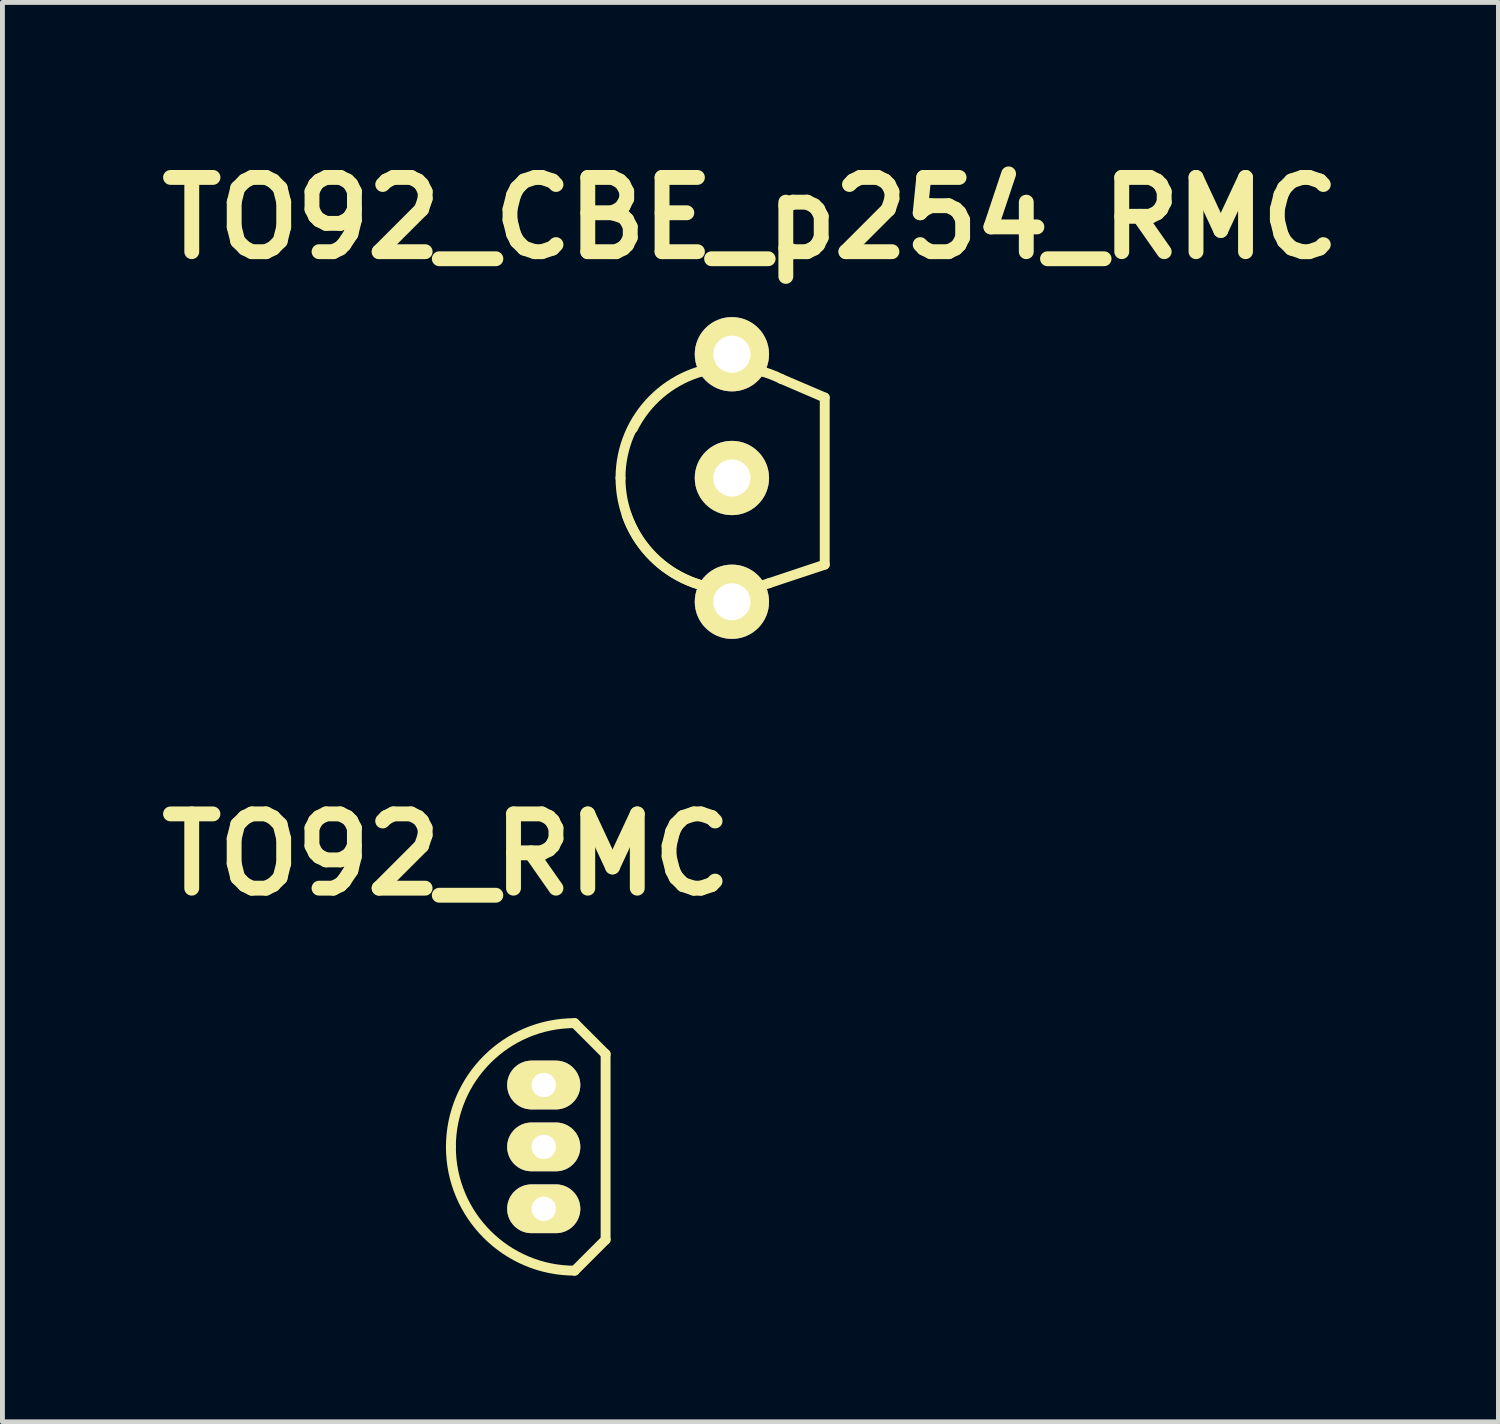
<source format=kicad_pcb>
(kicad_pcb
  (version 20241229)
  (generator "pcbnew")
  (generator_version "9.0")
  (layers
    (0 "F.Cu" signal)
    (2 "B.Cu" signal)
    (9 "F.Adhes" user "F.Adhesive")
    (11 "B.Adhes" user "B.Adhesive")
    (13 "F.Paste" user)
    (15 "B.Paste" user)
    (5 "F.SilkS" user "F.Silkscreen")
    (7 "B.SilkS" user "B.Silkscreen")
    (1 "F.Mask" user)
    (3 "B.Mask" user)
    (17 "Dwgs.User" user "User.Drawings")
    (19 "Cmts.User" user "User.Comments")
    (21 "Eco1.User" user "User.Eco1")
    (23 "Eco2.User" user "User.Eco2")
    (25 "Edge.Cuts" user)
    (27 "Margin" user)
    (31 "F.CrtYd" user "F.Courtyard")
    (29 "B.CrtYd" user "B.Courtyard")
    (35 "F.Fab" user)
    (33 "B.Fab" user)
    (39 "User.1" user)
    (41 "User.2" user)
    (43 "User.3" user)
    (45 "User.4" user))
  (footprint "TO92_RMC"
    (layer "F.Cu")
    (at 8.109 20.488)
    (property "Reference" "TO92_RMC" (at -1.999 -5.999 0) (layer "F.SilkS") (effects (font (size 1.524 1.524) (thickness 0.305))))
    (attr through_hole)
    (fp_line (start 0.635 2.54) (end 1.27 1.905) (stroke (width 0.203) (type solid)) (layer "F.SilkS"))
    (fp_line (start 1.27 -1.905) (end 0.635 -2.54) (stroke (width 0.203) (type solid)) (layer "F.SilkS"))
    (fp_line (start 1.27 -1.905) (end 1.27 1.905) (stroke (width 0.203) (type solid)) (layer "F.SilkS"))
    (fp_arc (start -1.905 0) (mid -1.161051 -1.796051) (end 0.635 -2.54) (stroke (width 0.2032) (type solid)) (layer "F.SilkS"))
    (fp_arc (start 0.635 2.54) (mid -1.161051 1.796051) (end -1.905 0) (stroke (width 0.2032) (type solid)) (layer "F.SilkS"))
    (pad "B" thru_hole oval (at 0 0) (size 1.501 1.001) (drill 0.5) (layers "*.Cu" "*.Mask" "F.SilkS"))
    (pad "C" thru_hole oval (at 0 1.27) (size 1.501 1.001) (drill 0.5) (layers "*.Cu" "*.Mask" "F.SilkS"))
    (pad "E" thru_hole oval (at 0 -1.27) (size 1.501 1.001) (drill 0.5) (layers "*.Cu" "*.Mask" "F.SilkS")))
  (footprint "TO92_CBE_p254_RMC"
    (layer "F.Cu")
    (at 11.971 6.76)
    (property "Reference" "TO92_CBE_p254_RMC" (at 0.381 -5.334 0) (layer "F.SilkS") (effects (font (size 1.524 1.524) (thickness 0.305))))
    (attr through_hole)
    (fp_line (start 1.016 -2.032) (end 1.905 -1.651) (stroke (width 0.203) (type solid)) (layer "F.SilkS"))
    (fp_line (start 1.905 -1.651) (end 1.905 1.778) (stroke (width 0.203) (type solid)) (layer "F.SilkS"))
    (fp_line (start 1.905 1.778) (end 0.762 2.159) (stroke (width 0.203) (type solid)) (layer "F.SilkS"))
    (fp_arc (start -2.286 0) (mid -1.616446 -1.616446) (end 0 -2.286) (stroke (width 0.2032) (type solid)) (layer "F.SilkS"))
    (fp_arc (start -2.032 -1.016) (mid -0.71842 -2.155261) (end 1.016 -2.032) (stroke (width 0.2032) (type solid)) (layer "F.SilkS"))
    (fp_arc (start 0 2.286) (mid -1.616446 1.616446) (end -2.286 0) (stroke (width 0.2032) (type solid)) (layer "F.SilkS"))
    (fp_arc (start 0.762 2.159) (mid -0.987828 2.065459) (end -2.159 0.762) (stroke (width 0.2032) (type solid)) (layer "F.SilkS"))
    (pad "B" thru_hole circle (at 0 0) (size 1.524 1.524) (drill 0.762) (layers "*.Cu" "*.Mask" "F.SilkS"))
    (pad "C" thru_hole circle (at 0 2.54) (size 1.524 1.524) (drill 0.762) (layers "*.Cu" "*.Mask" "F.SilkS"))
    (pad "E" thru_hole circle (at 0 -2.54) (size 1.524 1.524) (drill 0.762) (layers "*.Cu" "*.Mask" "F.SilkS")))
  (gr_rect
    (start -3 -3)
    (end 27.703 26.13)
    (stroke (width 0.1) (type default))
    (fill no)
    (layer "Edge.Cuts")))
</source>
